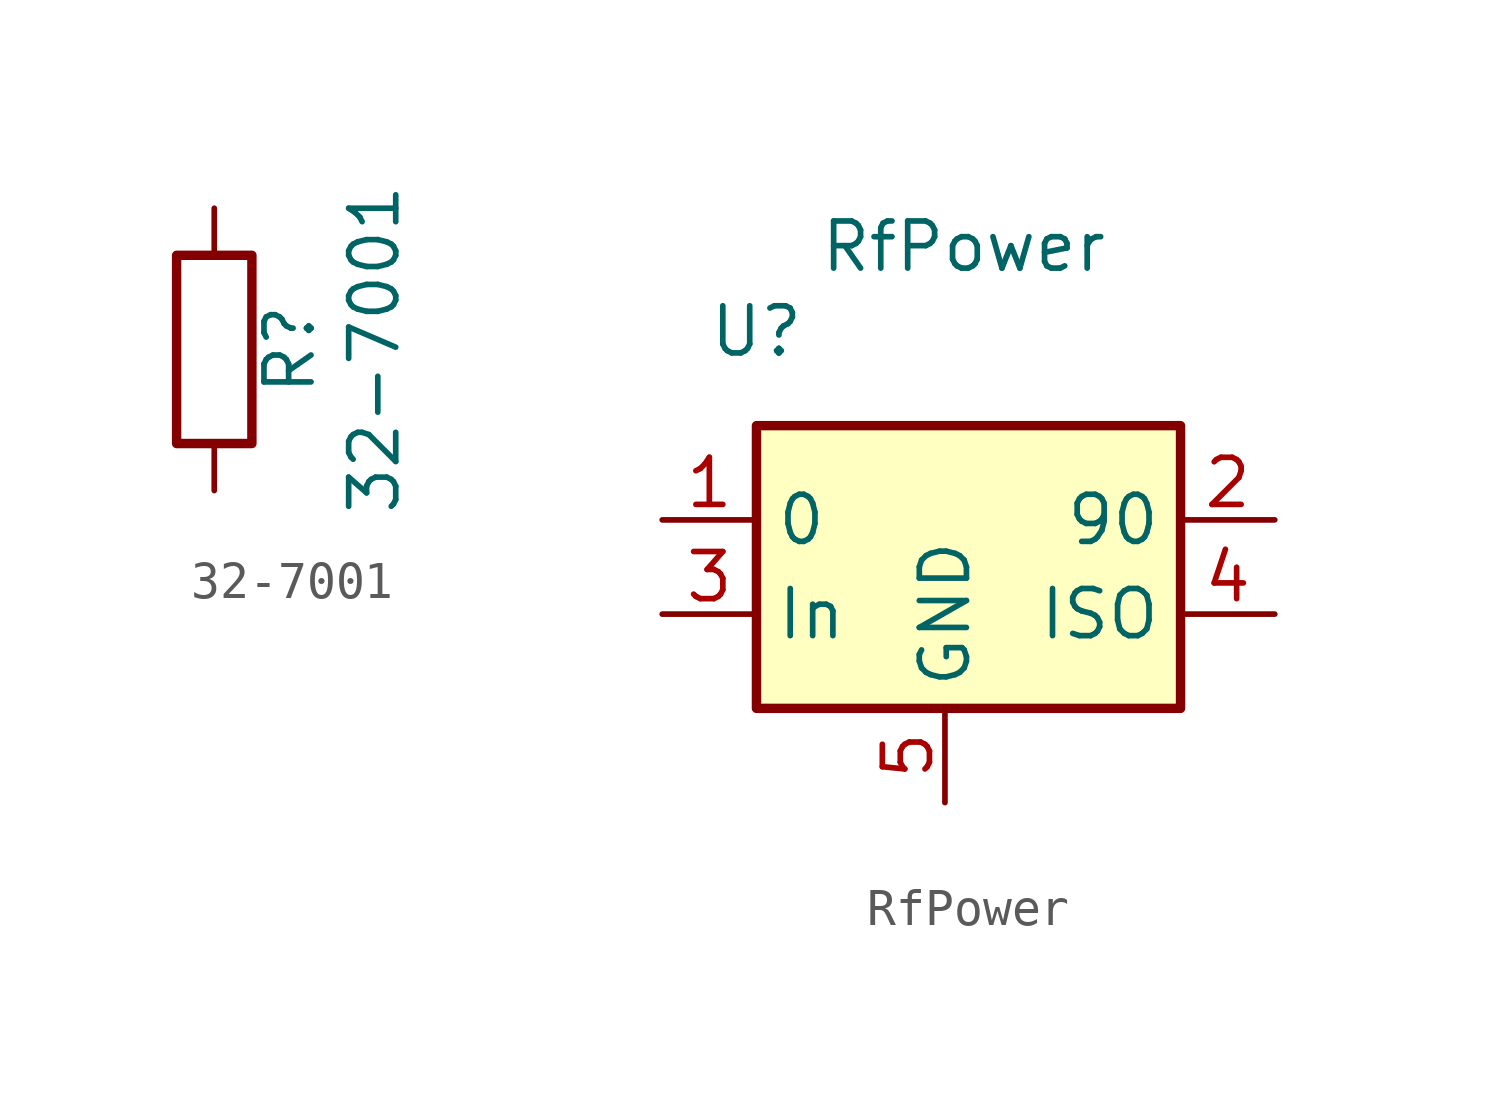
<source format=kicad_sym>
(kicad_symbol_lib
  (version 20231120)
  (generator "kicad_symbol_editor")
  (generator_version "8.0")
  (symbol "32-7001"
    (pin_numbers hide)
    (pin_names
      (offset 0))
    (property "Reference" "R"
      (at 2.032 0 90)
      (effects (font (size 1.27 1.27))))
    (property "Value" "32-7001"
      (at 4.318 0 90)
      (effects (font (size 1.27 1.27))))
    (symbol "32-7001_0_1"
      (rectangle (start -1.016 -2.54) (end 1.016 2.54) (stroke (width 0.254) (type default)) (fill (type none))))
    (symbol "32-7001_1_1"
      (pin input line (at 0 3.81 270) (length 1.27) (name "~" (effects (font (size 1.27 1.27)))) (number "1" (effects (font (size 1.27 1.27)))))
      (pin output line (at 0 -3.81 90) (length 1.27) (name "~" (effects (font (size 1.27 1.27)))) (number "2" (effects (font (size 1.27 1.27)))))))
  (symbol "RfPower"
    (property "Reference" "U"
      (at -7.62 15.24 0)
      (effects (font (size 1.27 1.27))))
    (property "Value" "RfPower"
      (at -2.032 17.526 0)
      (effects (font (size 1.27 1.27))))
    (symbol "RfPower_1_1"
      (rectangle (start -7.62 12.7) (end 3.81 5.08) (stroke (width 0.254) (type default)) (fill (type background)))
      (pin output line (at -10.16 10.16 0) (length 2.54) (name "0" (effects (font (size 1.27 1.27)))) (number "1" (effects (font (size 1.27 1.27)))) (alternate "NSS_1" bidirectional line) (alternate "T1CH3_1" bidirectional line) (alternate "T2CH3" bidirectional line) (alternate "T2CH3_2" bidirectional line) (alternate "UTX_3" bidirectional line))
      (pin output line (at 6.35 10.16 180) (length 2.54) (name "90" (effects (font (size 1.27 1.27)))) (number "2" (effects (font (size 1.27 1.27)))) (alternate "AETR2" bidirectional line) (alternate "SCL_1" bidirectional line) (alternate "SWIO" bidirectional line) (alternate "T1CH3N" bidirectional line) (alternate "T1CH3N_1" bidirectional line) (alternate "T1CH3N_2" bidirectional line) (alternate "URX_1" bidirectional line))
      (pin input line (at -10.16 7.62 0) (length 2.54) (name "In" (effects (font (size 1.27 1.27)))) (number "3" (effects (font (size 1.27 1.27)))) (alternate "NSS" bidirectional line) (alternate "SDA" bidirectional line) (alternate "T1BKIN_1" bidirectional line) (alternate "T1BKIN_3" bidirectional line) (alternate "T2CH1ETR_2" bidirectional line) (alternate "T2CH1ETR_3" bidirectional line) (alternate "T2CH4_1" bidirectional line) (alternate "URX_3" bidirectional line))
      (pin output line (at 6.35 7.62 180) (length 2.54) (name "ISO" (effects (font (size 1.27 1.27)))) (number "4" (effects (font (size 1.27 1.27)))) (alternate "A7" bidirectional line) (alternate "OPO" bidirectional line) (alternate "T1CH4_3" bidirectional line) (alternate "T2CH1ETR" bidirectional line) (alternate "TIETR_2" bidirectional line) (alternate "UCK" bidirectional line))
      (pin output line (at -2.54 2.54 90) (length 2.54) (name "GND" (effects (font (size 1.27 1.27)))) (number "5" (effects (font (size 1.27 1.27)))) (alternate "A7" bidirectional line) (alternate "OPO" bidirectional line) (alternate "T1CH4_3" bidirectional line) (alternate "T2CH1ETR" bidirectional line) (alternate "TIETR_2" bidirectional line) (alternate "UCK" bidirectional line)))))
</source>
